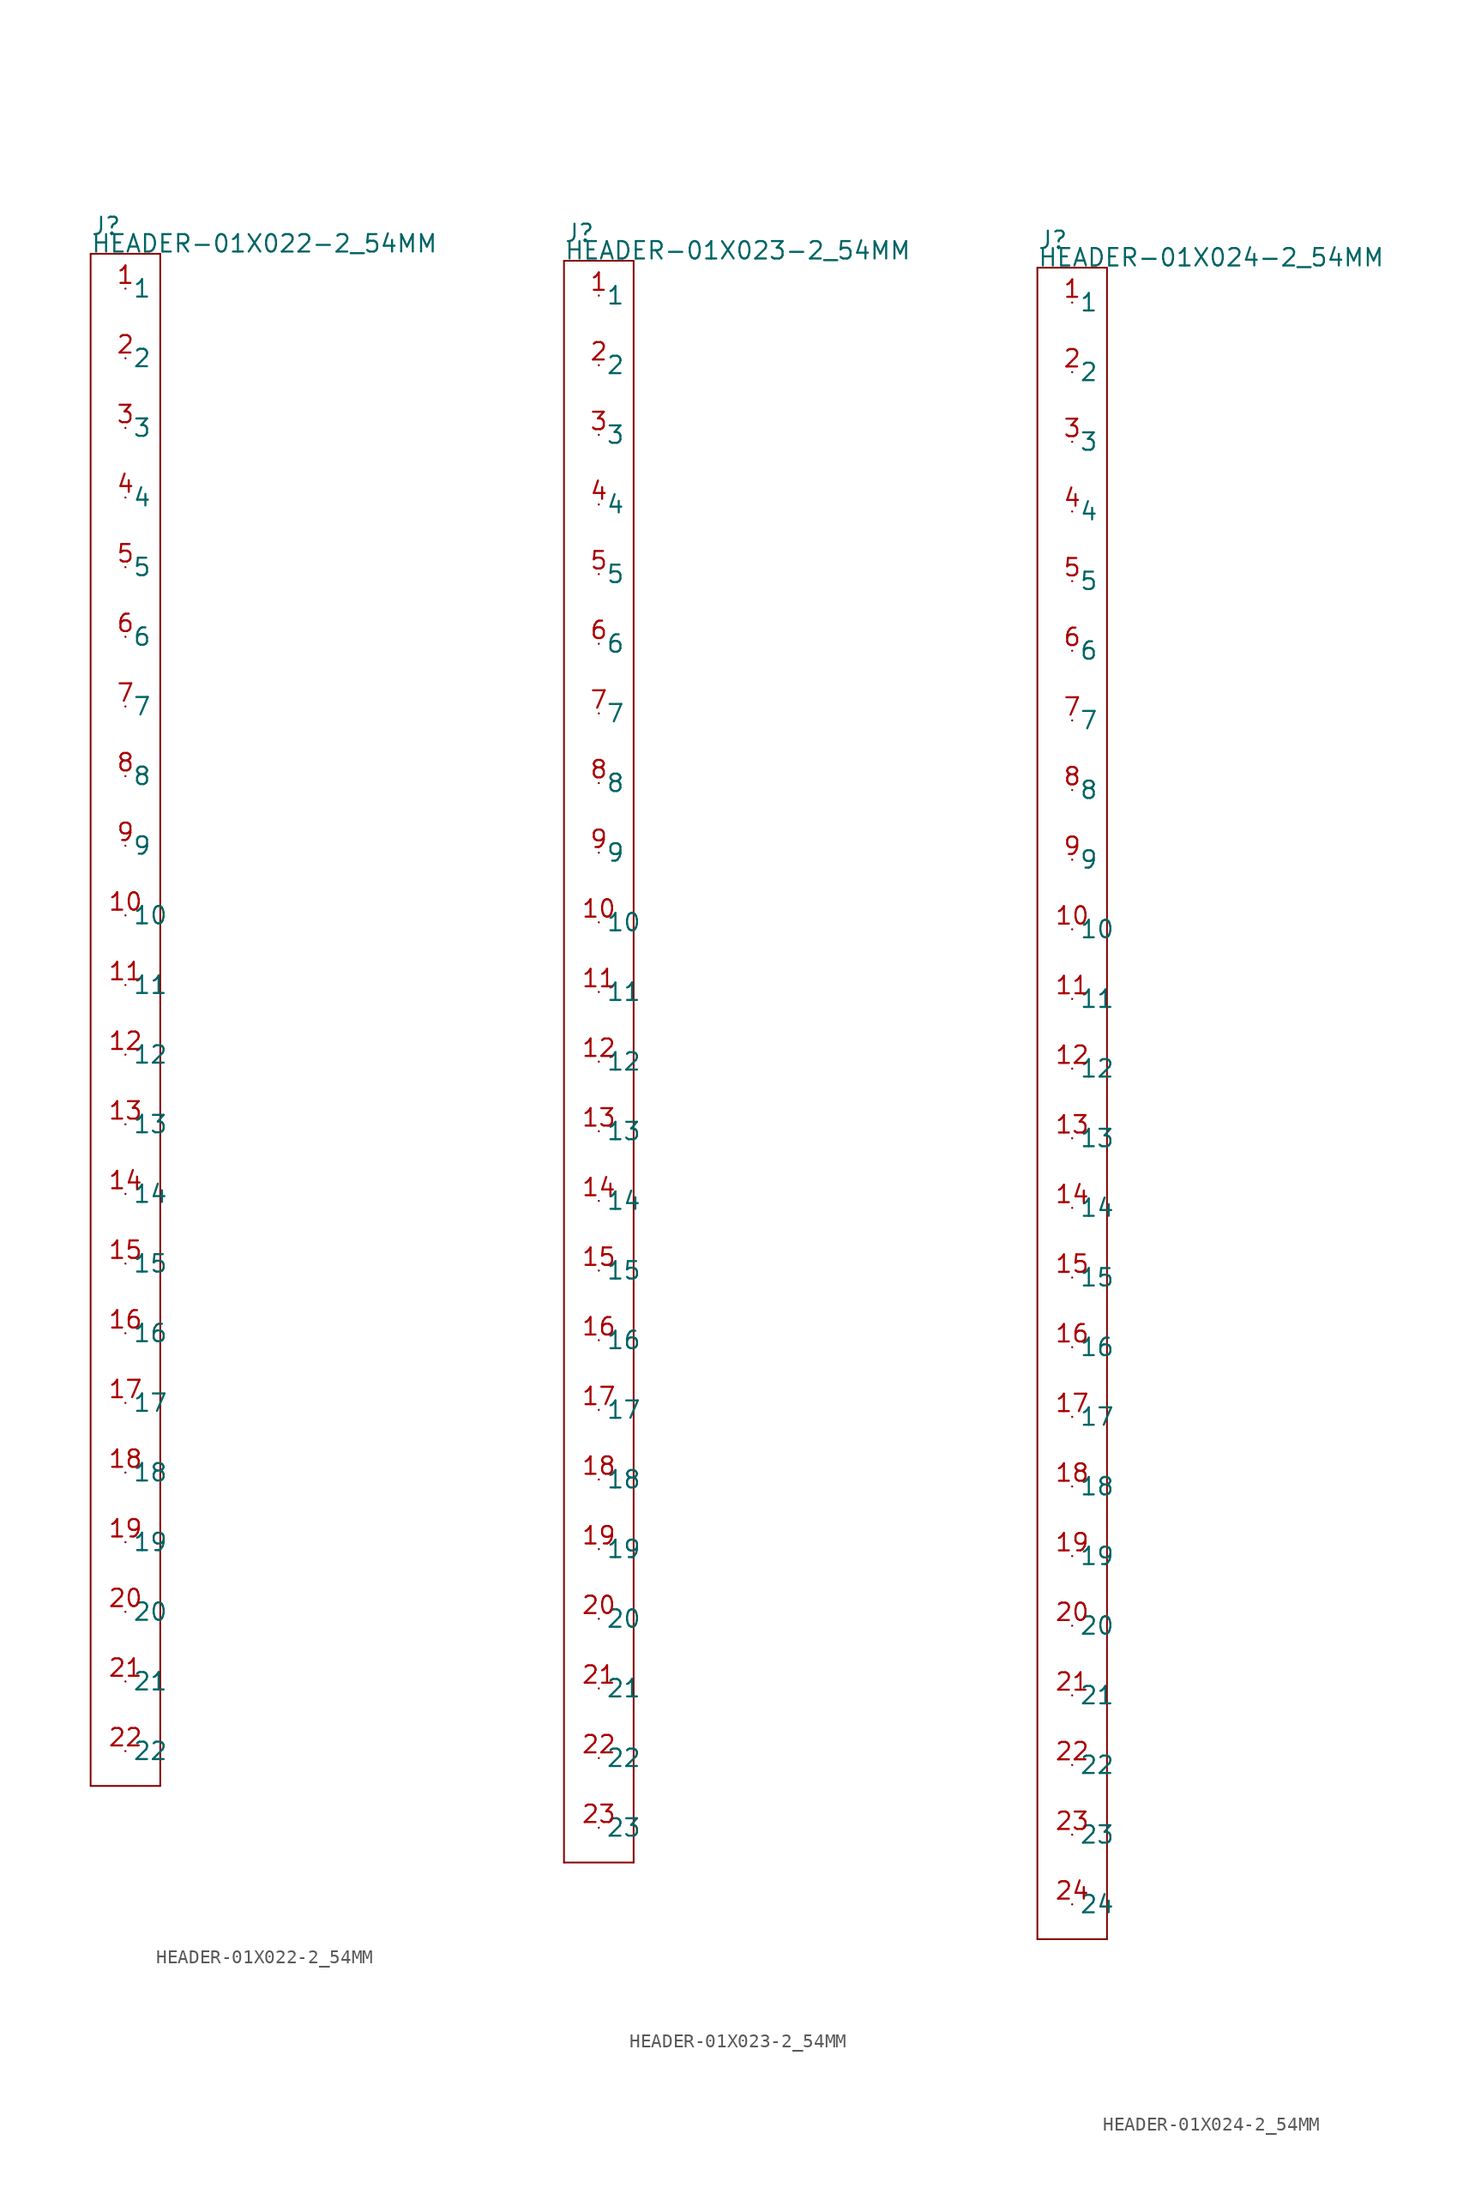
<source format=kicad_sym>
(kicad_symbol_lib
  (version 20211014)
  (generator kicad_symbol_editor)
  (symbol "HEADER-01X022-2_54MM"
    (pin_names)
    (property "Reference" "J"
      (at -2.54 57.15 0)
      (effects (font (size 1.27 1.27)) (justify left bottom)))
    (property "Value" "HEADER-01X022-2_54MM"
      (at -2.54 55.88 0)
      (effects (font (size 1.27 1.27)) (justify left bottom)))
    (property "Datasheet" ""
      (at 0 0 0))
    (property "ki_description" "Header 1x22  - Header Vertical 22POS 2.54MM Technical Specifications: Pitch: 0.1\" (2.54mm) "
      (at 0 0 0))
    (property "ki_fp_filters" "FlashPCB_Connectors:HEADER-THT-01X022-2_54MM FlashPCB_Connectors:HEADER-THT-LONG-01X022-2_54MM FlashPCB_Connectors:HEADER-THT-NOSILK-01X022-2_54MM FlashPCB_Connectors:HEADER-THT-LONG-NOSILK-01X022-2_54MM"
      (at 0 0 0))
    (symbol "HEADER-01X022-2_54MM_1_1"
      (polyline (pts (xy -2.54 55.88) (xy 2.54 55.88)) (stroke (width 0.127)) (fill (type none)))
      (polyline (pts (xy 2.54 55.88) (xy 2.54 -55.88)) (stroke (width 0.127)) (fill (type none)))
      (polyline (pts (xy 2.54 -55.88) (xy -2.54 -55.88)) (stroke (width 0.127)) (fill (type none)))
      (polyline (pts (xy -2.54 -55.88) (xy -2.54 55.88)) (stroke (width 0.127)) (fill (type none)))
      (pin bidirectional line (at 0 53.34 0) (length 0) (name "1" (effects (font (size 1.27 1.27)))) (number "1" (effects (font (size 1.27 1.27)))))
      (pin bidirectional line (at 0 48.26 0) (length 0) (name "2" (effects (font (size 1.27 1.27)))) (number "2" (effects (font (size 1.27 1.27)))))
      (pin bidirectional line (at 0 43.18 0) (length 0) (name "3" (effects (font (size 1.27 1.27)))) (number "3" (effects (font (size 1.27 1.27)))))
      (pin bidirectional line (at 0 38.1 0) (length 0) (name "4" (effects (font (size 1.27 1.27)))) (number "4" (effects (font (size 1.27 1.27)))))
      (pin bidirectional line (at 0 33.02 0) (length 0) (name "5" (effects (font (size 1.27 1.27)))) (number "5" (effects (font (size 1.27 1.27)))))
      (pin bidirectional line (at 0 27.94 0) (length 0) (name "6" (effects (font (size 1.27 1.27)))) (number "6" (effects (font (size 1.27 1.27)))))
      (pin bidirectional line (at 0 22.86 0) (length 0) (name "7" (effects (font (size 1.27 1.27)))) (number "7" (effects (font (size 1.27 1.27)))))
      (pin bidirectional line (at 0 17.78 0) (length 0) (name "8" (effects (font (size 1.27 1.27)))) (number "8" (effects (font (size 1.27 1.27)))))
      (pin bidirectional line (at 0 12.7 0) (length 0) (name "9" (effects (font (size 1.27 1.27)))) (number "9" (effects (font (size 1.27 1.27)))))
      (pin bidirectional line (at 0 7.62 0) (length 0) (name "10" (effects (font (size 1.27 1.27)))) (number "10" (effects (font (size 1.27 1.27)))))
      (pin bidirectional line (at 0 2.54 0) (length 0) (name "11" (effects (font (size 1.27 1.27)))) (number "11" (effects (font (size 1.27 1.27)))))
      (pin bidirectional line (at 0 -2.54 0) (length 0) (name "12" (effects (font (size 1.27 1.27)))) (number "12" (effects (font (size 1.27 1.27)))))
      (pin bidirectional line (at 0 -7.62 0) (length 0) (name "13" (effects (font (size 1.27 1.27)))) (number "13" (effects (font (size 1.27 1.27)))))
      (pin bidirectional line (at 0 -12.7 0) (length 0) (name "14" (effects (font (size 1.27 1.27)))) (number "14" (effects (font (size 1.27 1.27)))))
      (pin bidirectional line (at 0 -17.78 0) (length 0) (name "15" (effects (font (size 1.27 1.27)))) (number "15" (effects (font (size 1.27 1.27)))))
      (pin bidirectional line (at 0 -22.86 0) (length 0) (name "16" (effects (font (size 1.27 1.27)))) (number "16" (effects (font (size 1.27 1.27)))))
      (pin bidirectional line (at 0 -27.94 0) (length 0) (name "17" (effects (font (size 1.27 1.27)))) (number "17" (effects (font (size 1.27 1.27)))))
      (pin bidirectional line (at 0 -33.02 0) (length 0) (name "18" (effects (font (size 1.27 1.27)))) (number "18" (effects (font (size 1.27 1.27)))))
      (pin bidirectional line (at 0 -38.1 0) (length 0) (name "19" (effects (font (size 1.27 1.27)))) (number "19" (effects (font (size 1.27 1.27)))))
      (pin bidirectional line (at 0 -43.18 0) (length 0) (name "20" (effects (font (size 1.27 1.27)))) (number "20" (effects (font (size 1.27 1.27)))))
      (pin bidirectional line (at 0 -48.26 0) (length 0) (name "21" (effects (font (size 1.27 1.27)))) (number "21" (effects (font (size 1.27 1.27)))))
      (pin bidirectional line (at 0 -53.34 0) (length 0) (name "22" (effects (font (size 1.27 1.27)))) (number "22" (effects (font (size 1.27 1.27)))))))
  (symbol "HEADER-01X023-2_54MM"
    (pin_names)
    (property "Reference" "J"
      (at -2.54 59.69 0)
      (effects (font (size 1.27 1.27)) (justify left bottom)))
    (property "Value" "HEADER-01X023-2_54MM"
      (at -2.54 58.42 0)
      (effects (font (size 1.27 1.27)) (justify left bottom)))
    (property "Datasheet" ""
      (at 0 0 0))
    (property "ki_description" "Header 1x23  - Header Vertical 23POS 2.54MM Technical Specifications: Pitch: 0.1\" (2.54mm) "
      (at 0 0 0))
    (property "ki_fp_filters" "FlashPCB_Connectors:HEADER-THT-01X023-2_54MM FlashPCB_Connectors:HEADER-THT-LONG-01X023-2_54MM FlashPCB_Connectors:HEADER-THT-NOSILK-01X023-2_54MM FlashPCB_Connectors:HEADER-THT-LONG-NOSILK-01X023-2_54MM"
      (at 0 0 0))
    (symbol "HEADER-01X023-2_54MM_1_1"
      (polyline (pts (xy -2.54 58.42) (xy 2.54 58.42)) (stroke (width 0.127)) (fill (type none)))
      (polyline (pts (xy 2.54 58.42) (xy 2.54 -58.42)) (stroke (width 0.127)) (fill (type none)))
      (polyline (pts (xy 2.54 -58.42) (xy -2.54 -58.42)) (stroke (width 0.127)) (fill (type none)))
      (polyline (pts (xy -2.54 -58.42) (xy -2.54 58.42)) (stroke (width 0.127)) (fill (type none)))
      (pin bidirectional line (at 0 55.88 0) (length 0) (name "1" (effects (font (size 1.27 1.27)))) (number "1" (effects (font (size 1.27 1.27)))))
      (pin bidirectional line (at 0 50.8 0) (length 0) (name "2" (effects (font (size 1.27 1.27)))) (number "2" (effects (font (size 1.27 1.27)))))
      (pin bidirectional line (at 0 45.72 0) (length 0) (name "3" (effects (font (size 1.27 1.27)))) (number "3" (effects (font (size 1.27 1.27)))))
      (pin bidirectional line (at 0 40.64 0) (length 0) (name "4" (effects (font (size 1.27 1.27)))) (number "4" (effects (font (size 1.27 1.27)))))
      (pin bidirectional line (at 0 35.56 0) (length 0) (name "5" (effects (font (size 1.27 1.27)))) (number "5" (effects (font (size 1.27 1.27)))))
      (pin bidirectional line (at 0 30.48 0) (length 0) (name "6" (effects (font (size 1.27 1.27)))) (number "6" (effects (font (size 1.27 1.27)))))
      (pin bidirectional line (at 0 25.4 0) (length 0) (name "7" (effects (font (size 1.27 1.27)))) (number "7" (effects (font (size 1.27 1.27)))))
      (pin bidirectional line (at 0 20.32 0) (length 0) (name "8" (effects (font (size 1.27 1.27)))) (number "8" (effects (font (size 1.27 1.27)))))
      (pin bidirectional line (at 0 15.24 0) (length 0) (name "9" (effects (font (size 1.27 1.27)))) (number "9" (effects (font (size 1.27 1.27)))))
      (pin bidirectional line (at 0 10.16 0) (length 0) (name "10" (effects (font (size 1.27 1.27)))) (number "10" (effects (font (size 1.27 1.27)))))
      (pin bidirectional line (at 0 5.08 0) (length 0) (name "11" (effects (font (size 1.27 1.27)))) (number "11" (effects (font (size 1.27 1.27)))))
      (pin bidirectional line (at 0 0 0) (length 0) (name "12" (effects (font (size 1.27 1.27)))) (number "12" (effects (font (size 1.27 1.27)))))
      (pin bidirectional line (at 0 -5.08 0) (length 0) (name "13" (effects (font (size 1.27 1.27)))) (number "13" (effects (font (size 1.27 1.27)))))
      (pin bidirectional line (at 0 -10.16 0) (length 0) (name "14" (effects (font (size 1.27 1.27)))) (number "14" (effects (font (size 1.27 1.27)))))
      (pin bidirectional line (at 0 -15.24 0) (length 0) (name "15" (effects (font (size 1.27 1.27)))) (number "15" (effects (font (size 1.27 1.27)))))
      (pin bidirectional line (at 0 -20.32 0) (length 0) (name "16" (effects (font (size 1.27 1.27)))) (number "16" (effects (font (size 1.27 1.27)))))
      (pin bidirectional line (at 0 -25.4 0) (length 0) (name "17" (effects (font (size 1.27 1.27)))) (number "17" (effects (font (size 1.27 1.27)))))
      (pin bidirectional line (at 0 -30.48 0) (length 0) (name "18" (effects (font (size 1.27 1.27)))) (number "18" (effects (font (size 1.27 1.27)))))
      (pin bidirectional line (at 0 -35.56 0) (length 0) (name "19" (effects (font (size 1.27 1.27)))) (number "19" (effects (font (size 1.27 1.27)))))
      (pin bidirectional line (at 0 -40.64 0) (length 0) (name "20" (effects (font (size 1.27 1.27)))) (number "20" (effects (font (size 1.27 1.27)))))
      (pin bidirectional line (at 0 -45.72 0) (length 0) (name "21" (effects (font (size 1.27 1.27)))) (number "21" (effects (font (size 1.27 1.27)))))
      (pin bidirectional line (at 0 -50.8 0) (length 0) (name "22" (effects (font (size 1.27 1.27)))) (number "22" (effects (font (size 1.27 1.27)))))
      (pin bidirectional line (at 0 -55.88 0) (length 0) (name "23" (effects (font (size 1.27 1.27)))) (number "23" (effects (font (size 1.27 1.27)))))))
  (symbol "HEADER-01X024-2_54MM"
    (pin_names)
    (property "Reference" "J"
      (at -2.54 62.23 0)
      (effects (font (size 1.27 1.27)) (justify left bottom)))
    (property "Value" "HEADER-01X024-2_54MM"
      (at -2.54 60.96 0)
      (effects (font (size 1.27 1.27)) (justify left bottom)))
    (property "Datasheet" ""
      (at 0 0 0))
    (property "ki_description" "Header 1x24  - Header Vertical 24POS 2.54MM Technical Specifications: Pitch: 0.1\" (2.54mm) "
      (at 0 0 0))
    (property "ki_fp_filters" "FlashPCB_Connectors:HEADER-THT-01X024-2_54MM FlashPCB_Connectors:HEADER-THT-LONG-01X024-2_54MM FlashPCB_Connectors:HEADER-THT-NOSILK-01X024-2_54MM FlashPCB_Connectors:HEADER-THT-LONG-NOSILK-01X024-2_54MM"
      (at 0 0 0))
    (symbol "HEADER-01X024-2_54MM_1_1"
      (polyline (pts (xy -2.54 60.96) (xy 2.54 60.96)) (stroke (width 0.127)) (fill (type none)))
      (polyline (pts (xy 2.54 60.96) (xy 2.54 -60.96)) (stroke (width 0.127)) (fill (type none)))
      (polyline (pts (xy 2.54 -60.96) (xy -2.54 -60.96)) (stroke (width 0.127)) (fill (type none)))
      (polyline (pts (xy -2.54 -60.96) (xy -2.54 60.96)) (stroke (width 0.127)) (fill (type none)))
      (pin bidirectional line (at 0 58.42 0) (length 0) (name "1" (effects (font (size 1.27 1.27)))) (number "1" (effects (font (size 1.27 1.27)))))
      (pin bidirectional line (at 0 53.34 0) (length 0) (name "2" (effects (font (size 1.27 1.27)))) (number "2" (effects (font (size 1.27 1.27)))))
      (pin bidirectional line (at 0 48.26 0) (length 0) (name "3" (effects (font (size 1.27 1.27)))) (number "3" (effects (font (size 1.27 1.27)))))
      (pin bidirectional line (at 0 43.18 0) (length 0) (name "4" (effects (font (size 1.27 1.27)))) (number "4" (effects (font (size 1.27 1.27)))))
      (pin bidirectional line (at 0 38.1 0) (length 0) (name "5" (effects (font (size 1.27 1.27)))) (number "5" (effects (font (size 1.27 1.27)))))
      (pin bidirectional line (at 0 33.02 0) (length 0) (name "6" (effects (font (size 1.27 1.27)))) (number "6" (effects (font (size 1.27 1.27)))))
      (pin bidirectional line (at 0 27.94 0) (length 0) (name "7" (effects (font (size 1.27 1.27)))) (number "7" (effects (font (size 1.27 1.27)))))
      (pin bidirectional line (at 0 22.86 0) (length 0) (name "8" (effects (font (size 1.27 1.27)))) (number "8" (effects (font (size 1.27 1.27)))))
      (pin bidirectional line (at 0 17.78 0) (length 0) (name "9" (effects (font (size 1.27 1.27)))) (number "9" (effects (font (size 1.27 1.27)))))
      (pin bidirectional line (at 0 12.7 0) (length 0) (name "10" (effects (font (size 1.27 1.27)))) (number "10" (effects (font (size 1.27 1.27)))))
      (pin bidirectional line (at 0 7.62 0) (length 0) (name "11" (effects (font (size 1.27 1.27)))) (number "11" (effects (font (size 1.27 1.27)))))
      (pin bidirectional line (at 0 2.54 0) (length 0) (name "12" (effects (font (size 1.27 1.27)))) (number "12" (effects (font (size 1.27 1.27)))))
      (pin bidirectional line (at 0 -2.54 0) (length 0) (name "13" (effects (font (size 1.27 1.27)))) (number "13" (effects (font (size 1.27 1.27)))))
      (pin bidirectional line (at 0 -7.62 0) (length 0) (name "14" (effects (font (size 1.27 1.27)))) (number "14" (effects (font (size 1.27 1.27)))))
      (pin bidirectional line (at 0 -12.7 0) (length 0) (name "15" (effects (font (size 1.27 1.27)))) (number "15" (effects (font (size 1.27 1.27)))))
      (pin bidirectional line (at 0 -17.78 0) (length 0) (name "16" (effects (font (size 1.27 1.27)))) (number "16" (effects (font (size 1.27 1.27)))))
      (pin bidirectional line (at 0 -22.86 0) (length 0) (name "17" (effects (font (size 1.27 1.27)))) (number "17" (effects (font (size 1.27 1.27)))))
      (pin bidirectional line (at 0 -27.94 0) (length 0) (name "18" (effects (font (size 1.27 1.27)))) (number "18" (effects (font (size 1.27 1.27)))))
      (pin bidirectional line (at 0 -33.02 0) (length 0) (name "19" (effects (font (size 1.27 1.27)))) (number "19" (effects (font (size 1.27 1.27)))))
      (pin bidirectional line (at 0 -38.1 0) (length 0) (name "20" (effects (font (size 1.27 1.27)))) (number "20" (effects (font (size 1.27 1.27)))))
      (pin bidirectional line (at 0 -43.18 0) (length 0) (name "21" (effects (font (size 1.27 1.27)))) (number "21" (effects (font (size 1.27 1.27)))))
      (pin bidirectional line (at 0 -48.26 0) (length 0) (name "22" (effects (font (size 1.27 1.27)))) (number "22" (effects (font (size 1.27 1.27)))))
      (pin bidirectional line (at 0 -53.34 0) (length 0) (name "23" (effects (font (size 1.27 1.27)))) (number "23" (effects (font (size 1.27 1.27)))))
      (pin bidirectional line (at 0 -58.42 0) (length 0) (name "24" (effects (font (size 1.27 1.27)))) (number "24" (effects (font (size 1.27 1.27))))))))
</source>
